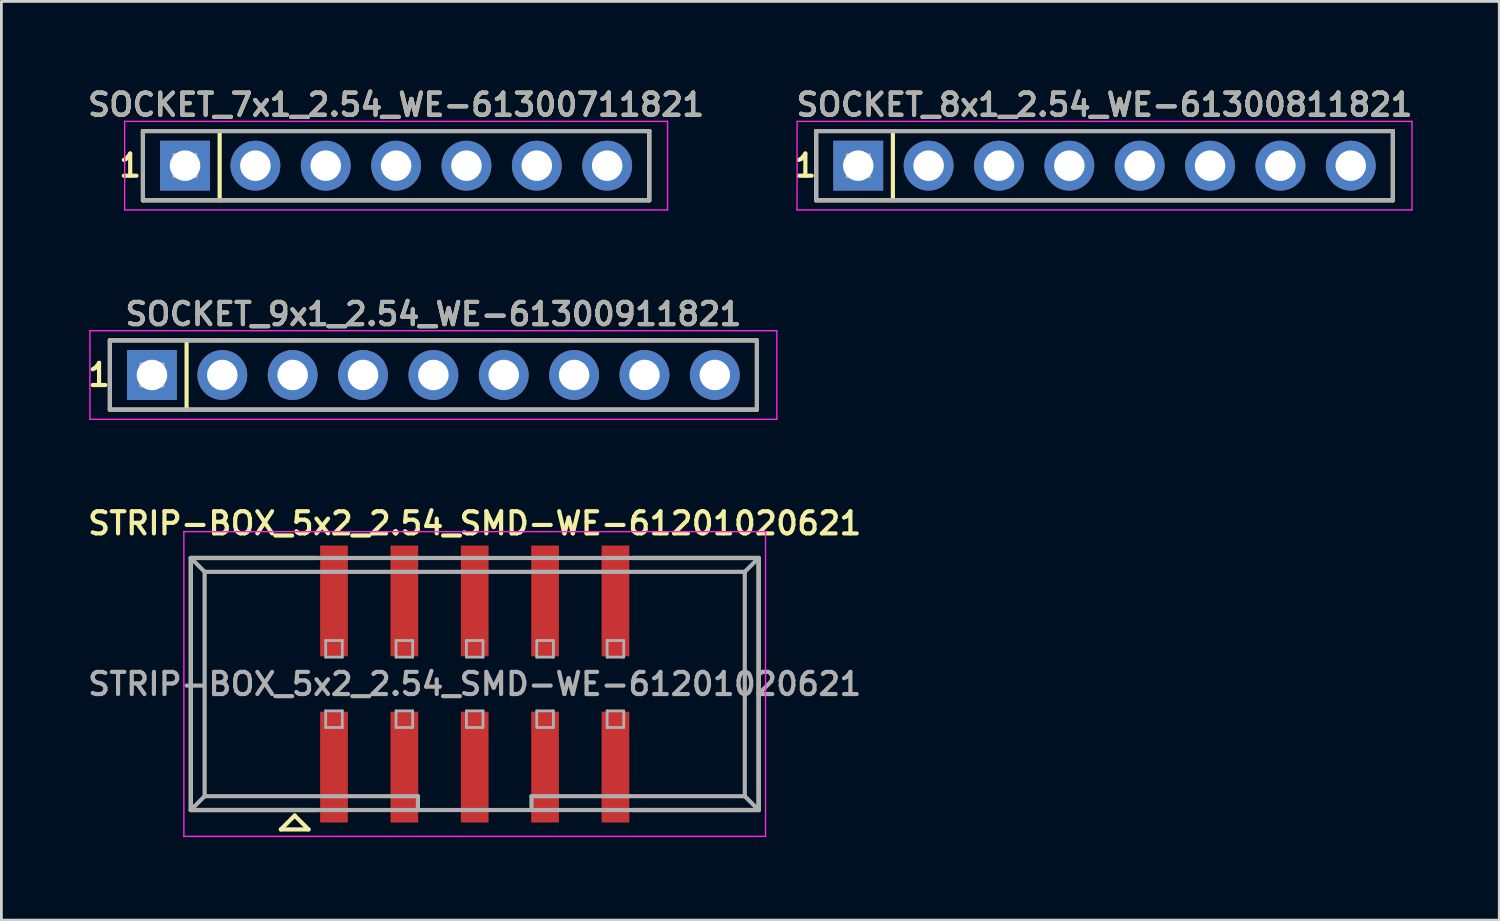
<source format=kicad_pcb>
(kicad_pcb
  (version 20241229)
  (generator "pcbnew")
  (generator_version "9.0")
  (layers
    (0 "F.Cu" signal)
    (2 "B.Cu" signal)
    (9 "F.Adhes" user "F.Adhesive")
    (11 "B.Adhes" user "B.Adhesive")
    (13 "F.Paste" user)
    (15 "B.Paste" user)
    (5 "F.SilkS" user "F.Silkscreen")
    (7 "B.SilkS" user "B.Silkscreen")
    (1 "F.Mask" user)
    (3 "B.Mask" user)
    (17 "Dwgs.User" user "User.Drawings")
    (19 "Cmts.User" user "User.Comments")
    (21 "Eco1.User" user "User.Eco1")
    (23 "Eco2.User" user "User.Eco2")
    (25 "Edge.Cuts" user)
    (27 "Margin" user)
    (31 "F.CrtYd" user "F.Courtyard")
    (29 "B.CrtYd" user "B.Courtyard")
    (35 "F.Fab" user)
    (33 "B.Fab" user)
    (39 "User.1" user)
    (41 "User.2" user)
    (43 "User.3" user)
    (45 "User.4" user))
  (footprint "STRIP-BOX_5x2_2.54_SMD-WE-61201020621"
    (layer "F.Cu")
    (at 14.088 21.644)
    (property "Reference" "STRIP-BOX_5x2_2.54_SMD-WE-61201020621" (at 0 -5.8 0) (layer "F.SilkS") (effects (font (size 0.8 0.8) (thickness 0.15))))
    (attr through_hole)
    (fp_line (start -10.25 -4.55) (end -5.7 -4.55) (stroke (width 0.15) (type solid)) (layer "F.SilkS"))
    (fp_line (start -10.25 4.55) (end -10.25 -4.55) (stroke (width 0.15) (type solid)) (layer "F.SilkS"))
    (fp_line (start -7 5.25) (end -6 5.25) (stroke (width 0.15) (type solid)) (layer "F.SilkS"))
    (fp_line (start -6.5 4.75) (end -7 5.25) (stroke (width 0.15) (type solid)) (layer "F.SilkS"))
    (fp_line (start -6 5.25) (end -6.5 4.75) (stroke (width 0.15) (type solid)) (layer "F.SilkS"))
    (fp_line (start -5.65 4.55) (end -10.25 4.55) (stroke (width 0.15) (type solid)) (layer "F.SilkS"))
    (fp_line (start 5.7 -4.55) (end 10.25 -4.55) (stroke (width 0.15) (type solid)) (layer "F.SilkS"))
    (fp_line (start 10.25 -4.55) (end 10.25 4.55) (stroke (width 0.15) (type solid)) (layer "F.SilkS"))
    (fp_line (start 10.25 4.55) (end 5.7 4.55) (stroke (width 0.15) (type solid)) (layer "F.SilkS"))
    (fp_line (start -10.5 -5.5) (end -10.5 5.5) (stroke (width 0.05) (type solid)) (layer "F.CrtYd"))
    (fp_line (start -10.5 5.5) (end 10.5 5.5) (stroke (width 0.05) (type solid)) (layer "F.CrtYd"))
    (fp_line (start 10.5 -5.5) (end -10.5 -5.5) (stroke (width 0.05) (type solid)) (layer "F.CrtYd"))
    (fp_line (start 10.5 5.5) (end 10.5 -5.5) (stroke (width 0.05) (type solid)) (layer "F.CrtYd"))
    (fp_line (start -10.25 -4.55) (end -10.25 4.55) (stroke (width 0.15) (type solid)) (layer "F.Fab"))
    (fp_line (start -10.25 -4.55) (end -9.75 -4.05) (stroke (width 0.15) (type solid)) (layer "F.Fab"))
    (fp_line (start -10.25 -4.55) (end 10.25 -4.55) (stroke (width 0.15) (type solid)) (layer "F.Fab"))
    (fp_line (start -10.25 4.55) (end -9.75 4.05) (stroke (width 0.15) (type solid)) (layer "F.Fab"))
    (fp_line (start -10.25 4.55) (end 10.25 4.55) (stroke (width 0.15) (type solid)) (layer "F.Fab"))
    (fp_line (start -9.75 -4.05) (end -9.75 4.05) (stroke (width 0.15) (type solid)) (layer "F.Fab"))
    (fp_line (start -9.75 4.05) (end -2.05 4.05) (stroke (width 0.15) (type solid)) (layer "F.Fab"))
    (fp_line (start -5.38 -1.57) (end -5.38 -0.97) (stroke (width 0.1) (type solid)) (layer "F.Fab"))
    (fp_line (start -5.38 -0.97) (end -4.78 -0.97) (stroke (width 0.1) (type solid)) (layer "F.Fab"))
    (fp_line (start -5.38 0.97) (end -5.38 1.57) (stroke (width 0.1) (type solid)) (layer "F.Fab"))
    (fp_line (start -5.38 1.57) (end -4.78 1.57) (stroke (width 0.1) (type solid)) (layer "F.Fab"))
    (fp_line (start -4.78 -1.57) (end -5.38 -1.57) (stroke (width 0.1) (type solid)) (layer "F.Fab"))
    (fp_line (start -4.78 -0.97) (end -4.78 -1.57) (stroke (width 0.1) (type solid)) (layer "F.Fab"))
    (fp_line (start -4.78 0.97) (end -5.38 0.97) (stroke (width 0.1) (type solid)) (layer "F.Fab"))
    (fp_line (start -4.78 1.57) (end -4.78 0.97) (stroke (width 0.1) (type solid)) (layer "F.Fab"))
    (fp_line (start -2.84 -1.57) (end -2.84 -0.97) (stroke (width 0.1) (type solid)) (layer "F.Fab"))
    (fp_line (start -2.84 -0.97) (end -2.24 -0.97) (stroke (width 0.1) (type solid)) (layer "F.Fab"))
    (fp_line (start -2.84 0.97) (end -2.84 1.57) (stroke (width 0.1) (type solid)) (layer "F.Fab"))
    (fp_line (start -2.84 1.57) (end -2.24 1.57) (stroke (width 0.1) (type solid)) (layer "F.Fab"))
    (fp_line (start -2.24 -1.57) (end -2.84 -1.57) (stroke (width 0.1) (type solid)) (layer "F.Fab"))
    (fp_line (start -2.24 -0.97) (end -2.24 -1.57) (stroke (width 0.1) (type solid)) (layer "F.Fab"))
    (fp_line (start -2.24 0.97) (end -2.84 0.97) (stroke (width 0.1) (type solid)) (layer "F.Fab"))
    (fp_line (start -2.24 1.57) (end -2.24 0.97) (stroke (width 0.1) (type solid)) (layer "F.Fab"))
    (fp_line (start -2.05 4.05) (end -2.05 4.55) (stroke (width 0.15) (type solid)) (layer "F.Fab"))
    (fp_line (start -0.3 -1.57) (end -0.3 -0.97) (stroke (width 0.1) (type solid)) (layer "F.Fab"))
    (fp_line (start -0.3 -0.97) (end 0.3 -0.97) (stroke (width 0.1) (type solid)) (layer "F.Fab"))
    (fp_line (start -0.3 0.97) (end -0.3 1.57) (stroke (width 0.1) (type solid)) (layer "F.Fab"))
    (fp_line (start -0.3 1.57) (end 0.3 1.57) (stroke (width 0.1) (type solid)) (layer "F.Fab"))
    (fp_line (start 0.3 -1.57) (end -0.3 -1.57) (stroke (width 0.1) (type solid)) (layer "F.Fab"))
    (fp_line (start 0.3 -0.97) (end 0.3 -1.57) (stroke (width 0.1) (type solid)) (layer "F.Fab"))
    (fp_line (start 0.3 0.97) (end -0.3 0.97) (stroke (width 0.1) (type solid)) (layer "F.Fab"))
    (fp_line (start 0.3 1.57) (end 0.3 0.97) (stroke (width 0.1) (type solid)) (layer "F.Fab"))
    (fp_line (start 2.05 4.05) (end 9.75 4.05) (stroke (width 0.15) (type solid)) (layer "F.Fab"))
    (fp_line (start 2.05 4.55) (end 2.05 4.05) (stroke (width 0.15) (type solid)) (layer "F.Fab"))
    (fp_line (start 2.24 -1.57) (end 2.24 -0.97) (stroke (width 0.1) (type solid)) (layer "F.Fab"))
    (fp_line (start 2.24 -0.97) (end 2.84 -0.97) (stroke (width 0.1) (type solid)) (layer "F.Fab"))
    (fp_line (start 2.24 0.97) (end 2.24 1.57) (stroke (width 0.1) (type solid)) (layer "F.Fab"))
    (fp_line (start 2.24 1.57) (end 2.84 1.57) (stroke (width 0.1) (type solid)) (layer "F.Fab"))
    (fp_line (start 2.84 -1.57) (end 2.24 -1.57) (stroke (width 0.1) (type solid)) (layer "F.Fab"))
    (fp_line (start 2.84 -0.97) (end 2.84 -1.57) (stroke (width 0.1) (type solid)) (layer "F.Fab"))
    (fp_line (start 2.84 0.97) (end 2.24 0.97) (stroke (width 0.1) (type solid)) (layer "F.Fab"))
    (fp_line (start 2.84 1.57) (end 2.84 0.97) (stroke (width 0.1) (type solid)) (layer "F.Fab"))
    (fp_line (start 4.78 -1.57) (end 4.78 -0.97) (stroke (width 0.1) (type solid)) (layer "F.Fab"))
    (fp_line (start 4.78 -0.97) (end 5.38 -0.97) (stroke (width 0.1) (type solid)) (layer "F.Fab"))
    (fp_line (start 4.78 0.97) (end 4.78 1.57) (stroke (width 0.1) (type solid)) (layer "F.Fab"))
    (fp_line (start 4.78 1.57) (end 5.38 1.57) (stroke (width 0.1) (type solid)) (layer "F.Fab"))
    (fp_line (start 5.38 -1.57) (end 4.78 -1.57) (stroke (width 0.1) (type solid)) (layer "F.Fab"))
    (fp_line (start 5.38 -0.97) (end 5.38 -1.57) (stroke (width 0.1) (type solid)) (layer "F.Fab"))
    (fp_line (start 5.38 0.97) (end 4.78 0.97) (stroke (width 0.1) (type solid)) (layer "F.Fab"))
    (fp_line (start 5.38 1.57) (end 5.38 0.97) (stroke (width 0.1) (type solid)) (layer "F.Fab"))
    (fp_line (start 9.75 -4.05) (end -9.75 -4.05) (stroke (width 0.15) (type solid)) (layer "F.Fab"))
    (fp_line (start 9.75 -4.05) (end 10.25 -4.55) (stroke (width 0.15) (type solid)) (layer "F.Fab"))
    (fp_line (start 9.75 4.05) (end 9.75 -4.05) (stroke (width 0.15) (type solid)) (layer "F.Fab"))
    (fp_line (start 9.75 4.05) (end 10.25 4.55) (stroke (width 0.15) (type solid)) (layer "F.Fab"))
    (fp_line (start 10.25 -4.55) (end 10.25 4.55) (stroke (width 0.15) (type solid)) (layer "F.Fab"))
    (fp_text user "${REFERENCE}" (at 0 0 0) (layer "F.Fab") (effects (font (size 0.8 0.8) (thickness 0.15))))
    (pad "1" smd rect (at -5.08 3) (size 1 4) (layers "F.Cu" "F.Mask" "F.Paste"))
    (pad "2" smd rect (at -5.08 -3) (size 1 4) (layers "F.Cu" "F.Mask" "F.Paste"))
    (pad "3" smd rect (at -2.54 3) (size 1 4) (layers "F.Cu" "F.Mask" "F.Paste"))
    (pad "4" smd rect (at -2.54 -3) (size 1 4) (layers "F.Cu" "F.Mask" "F.Paste"))
    (pad "5" smd rect (at 0 3) (size 1 4) (layers "F.Cu" "F.Mask" "F.Paste"))
    (pad "6" smd rect (at 0 -3) (size 1 4) (layers "F.Cu" "F.Mask" "F.Paste"))
    (pad "7" smd rect (at 2.54 3) (size 1 4) (layers "F.Cu" "F.Mask" "F.Paste"))
    (pad "8" smd rect (at 2.54 -3) (size 1 4) (layers "F.Cu" "F.Mask" "F.Paste"))
    (pad "9" smd rect (at 5.08 3) (size 1 4) (layers "F.Cu" "F.Mask" "F.Paste"))
    (pad "10" smd rect (at 5.08 -3) (size 1 4) (layers "F.Cu" "F.Mask" "F.Paste")))
  (footprint "SOCKET_7x1_2.54_WE-61300711821"
    (layer "F.Cu")
    (at 11.25 2.931)
    (property "Reference" "SOCKET_7x1_2.54_WE-61300711821" (at 0 -2.2 0) (layer "F.SilkS") (effects (font (size 0.8 0.8) (thickness 0.15))))
    (attr through_hole)
    (fp_line (start -9.14 -1.25) (end 9.14 -1.25) (stroke (width 0.15) (type solid)) (layer "F.SilkS"))
    (fp_line (start -9.14 1.25) (end -9.14 -1.25) (stroke (width 0.15) (type solid)) (layer "F.SilkS"))
    (fp_line (start -6.37 -1.25) (end -6.37 1.25) (stroke (width 0.15) (type solid)) (layer "F.SilkS"))
    (fp_line (start 9.14 -1.25) (end 9.14 1.25) (stroke (width 0.15) (type solid)) (layer "F.SilkS"))
    (fp_line (start 9.14 1.25) (end -9.14 1.25) (stroke (width 0.15) (type solid)) (layer "F.SilkS"))
    (fp_line (start -9.8 -1.6) (end 9.8 -1.6) (stroke (width 0.05) (type solid)) (layer "F.CrtYd"))
    (fp_line (start -9.8 1.6) (end -9.8 -1.6) (stroke (width 0.05) (type solid)) (layer "F.CrtYd"))
    (fp_line (start 9.8 -1.6) (end 9.8 1.6) (stroke (width 0.05) (type solid)) (layer "F.CrtYd"))
    (fp_line (start 9.8 1.6) (end -9.8 1.6) (stroke (width 0.05) (type solid)) (layer "F.CrtYd"))
    (fp_line (start -9.14 -1.25) (end 9.14 -1.25) (stroke (width 0.15) (type solid)) (layer "F.Fab"))
    (fp_line (start -9.14 1.25) (end -9.14 -1.25) (stroke (width 0.15) (type solid)) (layer "F.Fab"))
    (fp_line (start -8.02 -0.4) (end -7.22 -0.4) (stroke (width 0.1) (type solid)) (layer "F.Fab"))
    (fp_line (start -8.02 0) (end -7.22 0) (stroke (width 0.1) (type solid)) (layer "F.Fab"))
    (fp_line (start -8.02 0.4) (end -8.02 -0.4) (stroke (width 0.1) (type solid)) (layer "F.Fab"))
    (fp_line (start -7.62 -0.4) (end -7.62 0.4) (stroke (width 0.1) (type solid)) (layer "F.Fab"))
    (fp_line (start -7.22 -0.4) (end -7.22 0.4) (stroke (width 0.1) (type solid)) (layer "F.Fab"))
    (fp_line (start -7.22 0.4) (end -8.02 0.4) (stroke (width 0.1) (type solid)) (layer "F.Fab"))
    (fp_line (start -5.48 0) (end -4.68 0) (stroke (width 0.1) (type solid)) (layer "F.Fab"))
    (fp_line (start -5.08 -0.4) (end -5.08 0.4) (stroke (width 0.1) (type solid)) (layer "F.Fab"))
    (fp_line (start -2.94 0) (end -2.14 0) (stroke (width 0.1) (type solid)) (layer "F.Fab"))
    (fp_line (start -2.54 -0.4) (end -2.54 0.4) (stroke (width 0.1) (type solid)) (layer "F.Fab"))
    (fp_line (start -0.4 0) (end 0.4 0) (stroke (width 0.1) (type solid)) (layer "F.Fab"))
    (fp_line (start 0 -0.4) (end 0 0.4) (stroke (width 0.1) (type solid)) (layer "F.Fab"))
    (fp_line (start 2.14 0) (end 2.94 0) (stroke (width 0.1) (type solid)) (layer "F.Fab"))
    (fp_line (start 2.54 -0.4) (end 2.54 0.4) (stroke (width 0.1) (type solid)) (layer "F.Fab"))
    (fp_line (start 9.14 -1.25) (end 9.14 1.25) (stroke (width 0.15) (type solid)) (layer "F.Fab"))
    (fp_line (start 9.14 1.25) (end -9.14 1.25) (stroke (width 0.15) (type solid)) (layer "F.Fab"))
    (fp_circle (center -5.08 0) (end -4.68 0) (stroke (width 0.1) (type solid)) (fill no) (layer "F.Fab"))
    (fp_circle (center -2.54 0) (end -2.14 0) (stroke (width 0.1) (type solid)) (fill no) (layer "F.Fab"))
    (fp_circle (center 0 0) (end 0.4 0) (stroke (width 0.1) (type solid)) (fill no) (layer "F.Fab"))
    (fp_circle (center 2.54 0) (end 2.94 0) (stroke (width 0.1) (type solid)) (fill no) (layer "F.Fab"))
    (fp_text user "1" (at -9.6 0 0) (layer "F.SilkS") (effects (font (size 0.8 0.8) (thickness 0.15))))
    (fp_text user "${REFERENCE}" (at 0 -2.2 0) (layer "F.Fab") (effects (font (size 0.8 0.8) (thickness 0.15))))
    (pad "1" thru_hole rect (at -7.62 0) (size 1.8 1.8) (drill 1.1) (layers "*.Cu" "*.Mask"))
    (pad "2" thru_hole circle (at -5.08 0) (size 1.8 1.8) (drill 1.1) (layers "*.Cu" "*.Mask"))
    (pad "3" thru_hole circle (at -2.54 0) (size 1.8 1.8) (drill 1.1) (layers "*.Cu" "*.Mask"))
    (pad "4" thru_hole circle (at 0 0) (size 1.8 1.8) (drill 1.1) (layers "*.Cu" "*.Mask"))
    (pad "5" thru_hole circle (at 2.54 0) (size 1.8 1.8) (drill 1.1) (layers "*.Cu" "*.Mask"))
    (pad "6" thru_hole circle (at 5.08 0) (size 1.8 1.8) (drill 1.1) (layers "*.Cu" "*.Mask"))
    (pad "7" thru_hole circle (at 7.62 0) (size 1.8 1.8) (drill 1.1) (layers "*.Cu" "*.Mask")))
  (footprint "SOCKET_9x1_2.54_WE-61300911821"
    (layer "F.Cu")
    (at 12.596 10.488)
    (property "Reference" "SOCKET_9x1_2.54_WE-61300911821" (at 0 -2.2 0) (layer "F.SilkS") (effects (font (size 0.8 0.8) (thickness 0.15))))
    (attr through_hole)
    (fp_line (start -11.68 -1.25) (end 11.68 -1.25) (stroke (width 0.15) (type solid)) (layer "F.SilkS"))
    (fp_line (start -11.68 1.25) (end -11.68 -1.25) (stroke (width 0.15) (type solid)) (layer "F.SilkS"))
    (fp_line (start -8.91 -1.25) (end -8.91 1.25) (stroke (width 0.15) (type solid)) (layer "F.SilkS"))
    (fp_line (start 11.68 -1.25) (end 11.68 1.25) (stroke (width 0.15) (type solid)) (layer "F.SilkS"))
    (fp_line (start 11.68 1.25) (end -11.68 1.25) (stroke (width 0.15) (type solid)) (layer "F.SilkS"))
    (fp_line (start -12.4 -1.6) (end 12.4 -1.6) (stroke (width 0.05) (type solid)) (layer "F.CrtYd"))
    (fp_line (start -12.4 1.6) (end -12.4 -1.6) (stroke (width 0.05) (type solid)) (layer "F.CrtYd"))
    (fp_line (start 12.4 -1.6) (end 12.4 1.6) (stroke (width 0.05) (type solid)) (layer "F.CrtYd"))
    (fp_line (start 12.4 1.6) (end -12.4 1.6) (stroke (width 0.05) (type solid)) (layer "F.CrtYd"))
    (fp_line (start -11.68 -1.25) (end 11.68 -1.25) (stroke (width 0.15) (type solid)) (layer "F.Fab"))
    (fp_line (start -11.68 1.25) (end -11.68 -1.25) (stroke (width 0.15) (type solid)) (layer "F.Fab"))
    (fp_line (start -10.56 -0.4) (end -9.76 -0.4) (stroke (width 0.1) (type solid)) (layer "F.Fab"))
    (fp_line (start -10.56 0) (end -9.76 0) (stroke (width 0.1) (type solid)) (layer "F.Fab"))
    (fp_line (start -10.56 0.4) (end -10.56 -0.4) (stroke (width 0.1) (type solid)) (layer "F.Fab"))
    (fp_line (start -10.16 -0.4) (end -10.16 0.4) (stroke (width 0.1) (type solid)) (layer "F.Fab"))
    (fp_line (start -9.76 -0.4) (end -9.76 0.4) (stroke (width 0.1) (type solid)) (layer "F.Fab"))
    (fp_line (start -9.76 0.4) (end -10.56 0.4) (stroke (width 0.1) (type solid)) (layer "F.Fab"))
    (fp_line (start -8.02 0) (end -7.22 0) (stroke (width 0.1) (type solid)) (layer "F.Fab"))
    (fp_line (start -7.62 -0.4) (end -7.62 0.4) (stroke (width 0.1) (type solid)) (layer "F.Fab"))
    (fp_line (start -5.48 0) (end -4.68 0) (stroke (width 0.1) (type solid)) (layer "F.Fab"))
    (fp_line (start -5.08 -0.4) (end -5.08 0.4) (stroke (width 0.1) (type solid)) (layer "F.Fab"))
    (fp_line (start -2.94 0) (end -2.14 0) (stroke (width 0.1) (type solid)) (layer "F.Fab"))
    (fp_line (start -2.54 -0.4) (end -2.54 0.4) (stroke (width 0.1) (type solid)) (layer "F.Fab"))
    (fp_line (start -0.4 0) (end 0.4 0) (stroke (width 0.1) (type solid)) (layer "F.Fab"))
    (fp_line (start 0 -0.4) (end 0 0.4) (stroke (width 0.1) (type solid)) (layer "F.Fab"))
    (fp_line (start 11.68 -1.25) (end 11.68 1.25) (stroke (width 0.15) (type solid)) (layer "F.Fab"))
    (fp_line (start 11.68 1.25) (end -11.68 1.25) (stroke (width 0.15) (type solid)) (layer "F.Fab"))
    (fp_circle (center -7.62 0) (end -7.22 0) (stroke (width 0.1) (type solid)) (fill no) (layer "F.Fab"))
    (fp_circle (center -5.08 0) (end -4.68 0) (stroke (width 0.1) (type solid)) (fill no) (layer "F.Fab"))
    (fp_circle (center -2.54 0) (end -2.14 0) (stroke (width 0.1) (type solid)) (fill no) (layer "F.Fab"))
    (fp_circle (center 0 0) (end 0.4 0) (stroke (width 0.1) (type solid)) (fill no) (layer "F.Fab"))
    (fp_text user "1" (at -12.07 0 0) (layer "F.SilkS") (effects (font (size 0.8 0.8) (thickness 0.15))))
    (fp_text user "${REFERENCE}" (at 0 -2.2 0) (layer "F.Fab") (effects (font (size 0.8 0.8) (thickness 0.15))))
    (pad "1" thru_hole rect (at -10.16 0) (size 1.8 1.8) (drill 1.1) (layers "*.Cu" "*.Mask"))
    (pad "2" thru_hole circle (at -7.62 0) (size 1.8 1.8) (drill 1.1) (layers "*.Cu" "*.Mask"))
    (pad "3" thru_hole circle (at -5.08 0) (size 1.8 1.8) (drill 1.1) (layers "*.Cu" "*.Mask"))
    (pad "4" thru_hole circle (at -2.54 0) (size 1.8 1.8) (drill 1.1) (layers "*.Cu" "*.Mask"))
    (pad "5" thru_hole circle (at 0 0) (size 1.8 1.8) (drill 1.1) (layers "*.Cu" "*.Mask"))
    (pad "6" thru_hole circle (at 2.54 0) (size 1.8 1.8) (drill 1.1) (layers "*.Cu" "*.Mask"))
    (pad "7" thru_hole circle (at 5.08 0) (size 1.8 1.8) (drill 1.1) (layers "*.Cu" "*.Mask"))
    (pad "8" thru_hole circle (at 7.62 0) (size 1.8 1.8) (drill 1.1) (layers "*.Cu" "*.Mask"))
    (pad "9" thru_hole circle (at 10.16 0) (size 1.8 1.8) (drill 1.1) (layers "*.Cu" "*.Mask")))
  (footprint "SOCKET_8x1_2.54_WE-61300811821"
    (layer "F.Cu")
    (at 36.825 2.931)
    (property "Reference" "SOCKET_8x1_2.54_WE-61300811821" (at 0 -2.2 0) (layer "F.SilkS") (effects (font (size 0.8 0.8) (thickness 0.15))))
    (attr through_hole)
    (fp_line (start -10.41 -1.25) (end 10.41 -1.25) (stroke (width 0.15) (type solid)) (layer "F.SilkS"))
    (fp_line (start -10.41 1.25) (end -10.41 -1.25) (stroke (width 0.15) (type solid)) (layer "F.SilkS"))
    (fp_line (start -7.64 -1.25) (end -7.64 1.25) (stroke (width 0.15) (type solid)) (layer "F.SilkS"))
    (fp_line (start 10.41 -1.25) (end 10.41 1.25) (stroke (width 0.15) (type solid)) (layer "F.SilkS"))
    (fp_line (start 10.41 1.25) (end -10.41 1.25) (stroke (width 0.15) (type solid)) (layer "F.SilkS"))
    (fp_line (start -11.1 -1.6) (end 11.1 -1.6) (stroke (width 0.05) (type solid)) (layer "F.CrtYd"))
    (fp_line (start -11.1 1.6) (end -11.1 -1.6) (stroke (width 0.05) (type solid)) (layer "F.CrtYd"))
    (fp_line (start 11.1 -1.6) (end 11.1 1.6) (stroke (width 0.05) (type solid)) (layer "F.CrtYd"))
    (fp_line (start 11.1 1.6) (end -11.1 1.6) (stroke (width 0.05) (type solid)) (layer "F.CrtYd"))
    (fp_line (start -10.41 -1.25) (end 10.41 -1.25) (stroke (width 0.15) (type solid)) (layer "F.Fab"))
    (fp_line (start -10.41 1.25) (end -10.41 -1.25) (stroke (width 0.15) (type solid)) (layer "F.Fab"))
    (fp_line (start -9.29 -0.4) (end -8.49 -0.4) (stroke (width 0.1) (type solid)) (layer "F.Fab"))
    (fp_line (start -9.29 0) (end -8.49 0) (stroke (width 0.1) (type solid)) (layer "F.Fab"))
    (fp_line (start -9.29 0.4) (end -9.29 -0.4) (stroke (width 0.1) (type solid)) (layer "F.Fab"))
    (fp_line (start -8.89 -0.4) (end -8.89 0.4) (stroke (width 0.1) (type solid)) (layer "F.Fab"))
    (fp_line (start -8.49 -0.4) (end -8.49 0.4) (stroke (width 0.1) (type solid)) (layer "F.Fab"))
    (fp_line (start -8.49 0.4) (end -9.29 0.4) (stroke (width 0.1) (type solid)) (layer "F.Fab"))
    (fp_line (start -6.75 0) (end -5.95 0) (stroke (width 0.1) (type solid)) (layer "F.Fab"))
    (fp_line (start -6.35 -0.4) (end -6.35 0.4) (stroke (width 0.1) (type solid)) (layer "F.Fab"))
    (fp_line (start -4.21 0) (end -3.41 0) (stroke (width 0.1) (type solid)) (layer "F.Fab"))
    (fp_line (start -3.81 -0.4) (end -3.81 0.4) (stroke (width 0.1) (type solid)) (layer "F.Fab"))
    (fp_line (start -1.67 0) (end -0.87 0) (stroke (width 0.1) (type solid)) (layer "F.Fab"))
    (fp_line (start -1.27 -0.4) (end -1.27 0.4) (stroke (width 0.1) (type solid)) (layer "F.Fab"))
    (fp_line (start 0.87 0) (end 1.67 0) (stroke (width 0.1) (type solid)) (layer "F.Fab"))
    (fp_line (start 1.27 -0.4) (end 1.27 0.4) (stroke (width 0.1) (type solid)) (layer "F.Fab"))
    (fp_line (start 10.41 -1.25) (end 10.41 1.25) (stroke (width 0.15) (type solid)) (layer "F.Fab"))
    (fp_line (start 10.41 1.25) (end -10.41 1.25) (stroke (width 0.15) (type solid)) (layer "F.Fab"))
    (fp_circle (center -6.35 0) (end -5.95 0) (stroke (width 0.1) (type solid)) (fill no) (layer "F.Fab"))
    (fp_circle (center -3.81 0) (end -3.41 0) (stroke (width 0.1) (type solid)) (fill no) (layer "F.Fab"))
    (fp_circle (center -1.27 0) (end -0.87 0) (stroke (width 0.1) (type solid)) (fill no) (layer "F.Fab"))
    (fp_circle (center 1.27 0) (end 1.67 0) (stroke (width 0.1) (type solid)) (fill no) (layer "F.Fab"))
    (fp_text user "1" (at -10.8 0 0) (layer "F.SilkS") (effects (font (size 0.8 0.8) (thickness 0.15))))
    (fp_text user "${REFERENCE}" (at 0 -2.2 0) (layer "F.Fab") (effects (font (size 0.8 0.8) (thickness 0.15))))
    (pad "1" thru_hole rect (at -8.89 0) (size 1.8 1.8) (drill 1.1) (layers "*.Cu" "*.Mask"))
    (pad "2" thru_hole circle (at -6.35 0) (size 1.8 1.8) (drill 1.1) (layers "*.Cu" "*.Mask"))
    (pad "3" thru_hole circle (at -3.81 0) (size 1.8 1.8) (drill 1.1) (layers "*.Cu" "*.Mask"))
    (pad "4" thru_hole circle (at -1.27 0) (size 1.8 1.8) (drill 1.1) (layers "*.Cu" "*.Mask"))
    (pad "5" thru_hole circle (at 1.27 0) (size 1.8 1.8) (drill 1.1) (layers "*.Cu" "*.Mask"))
    (pad "6" thru_hole circle (at 3.81 0) (size 1.8 1.8) (drill 1.1) (layers "*.Cu" "*.Mask"))
    (pad "7" thru_hole circle (at 6.35 0) (size 1.8 1.8) (drill 1.1) (layers "*.Cu" "*.Mask"))
    (pad "8" thru_hole circle (at 8.89 0) (size 1.8 1.8) (drill 1.1) (layers "*.Cu" "*.Mask")))
  (gr_rect
    (start -3 -3)
    (end 51.075 30.169)
    (stroke (width 0.1) (type default))
    (fill no)
    (layer "Edge.Cuts")))
</source>
